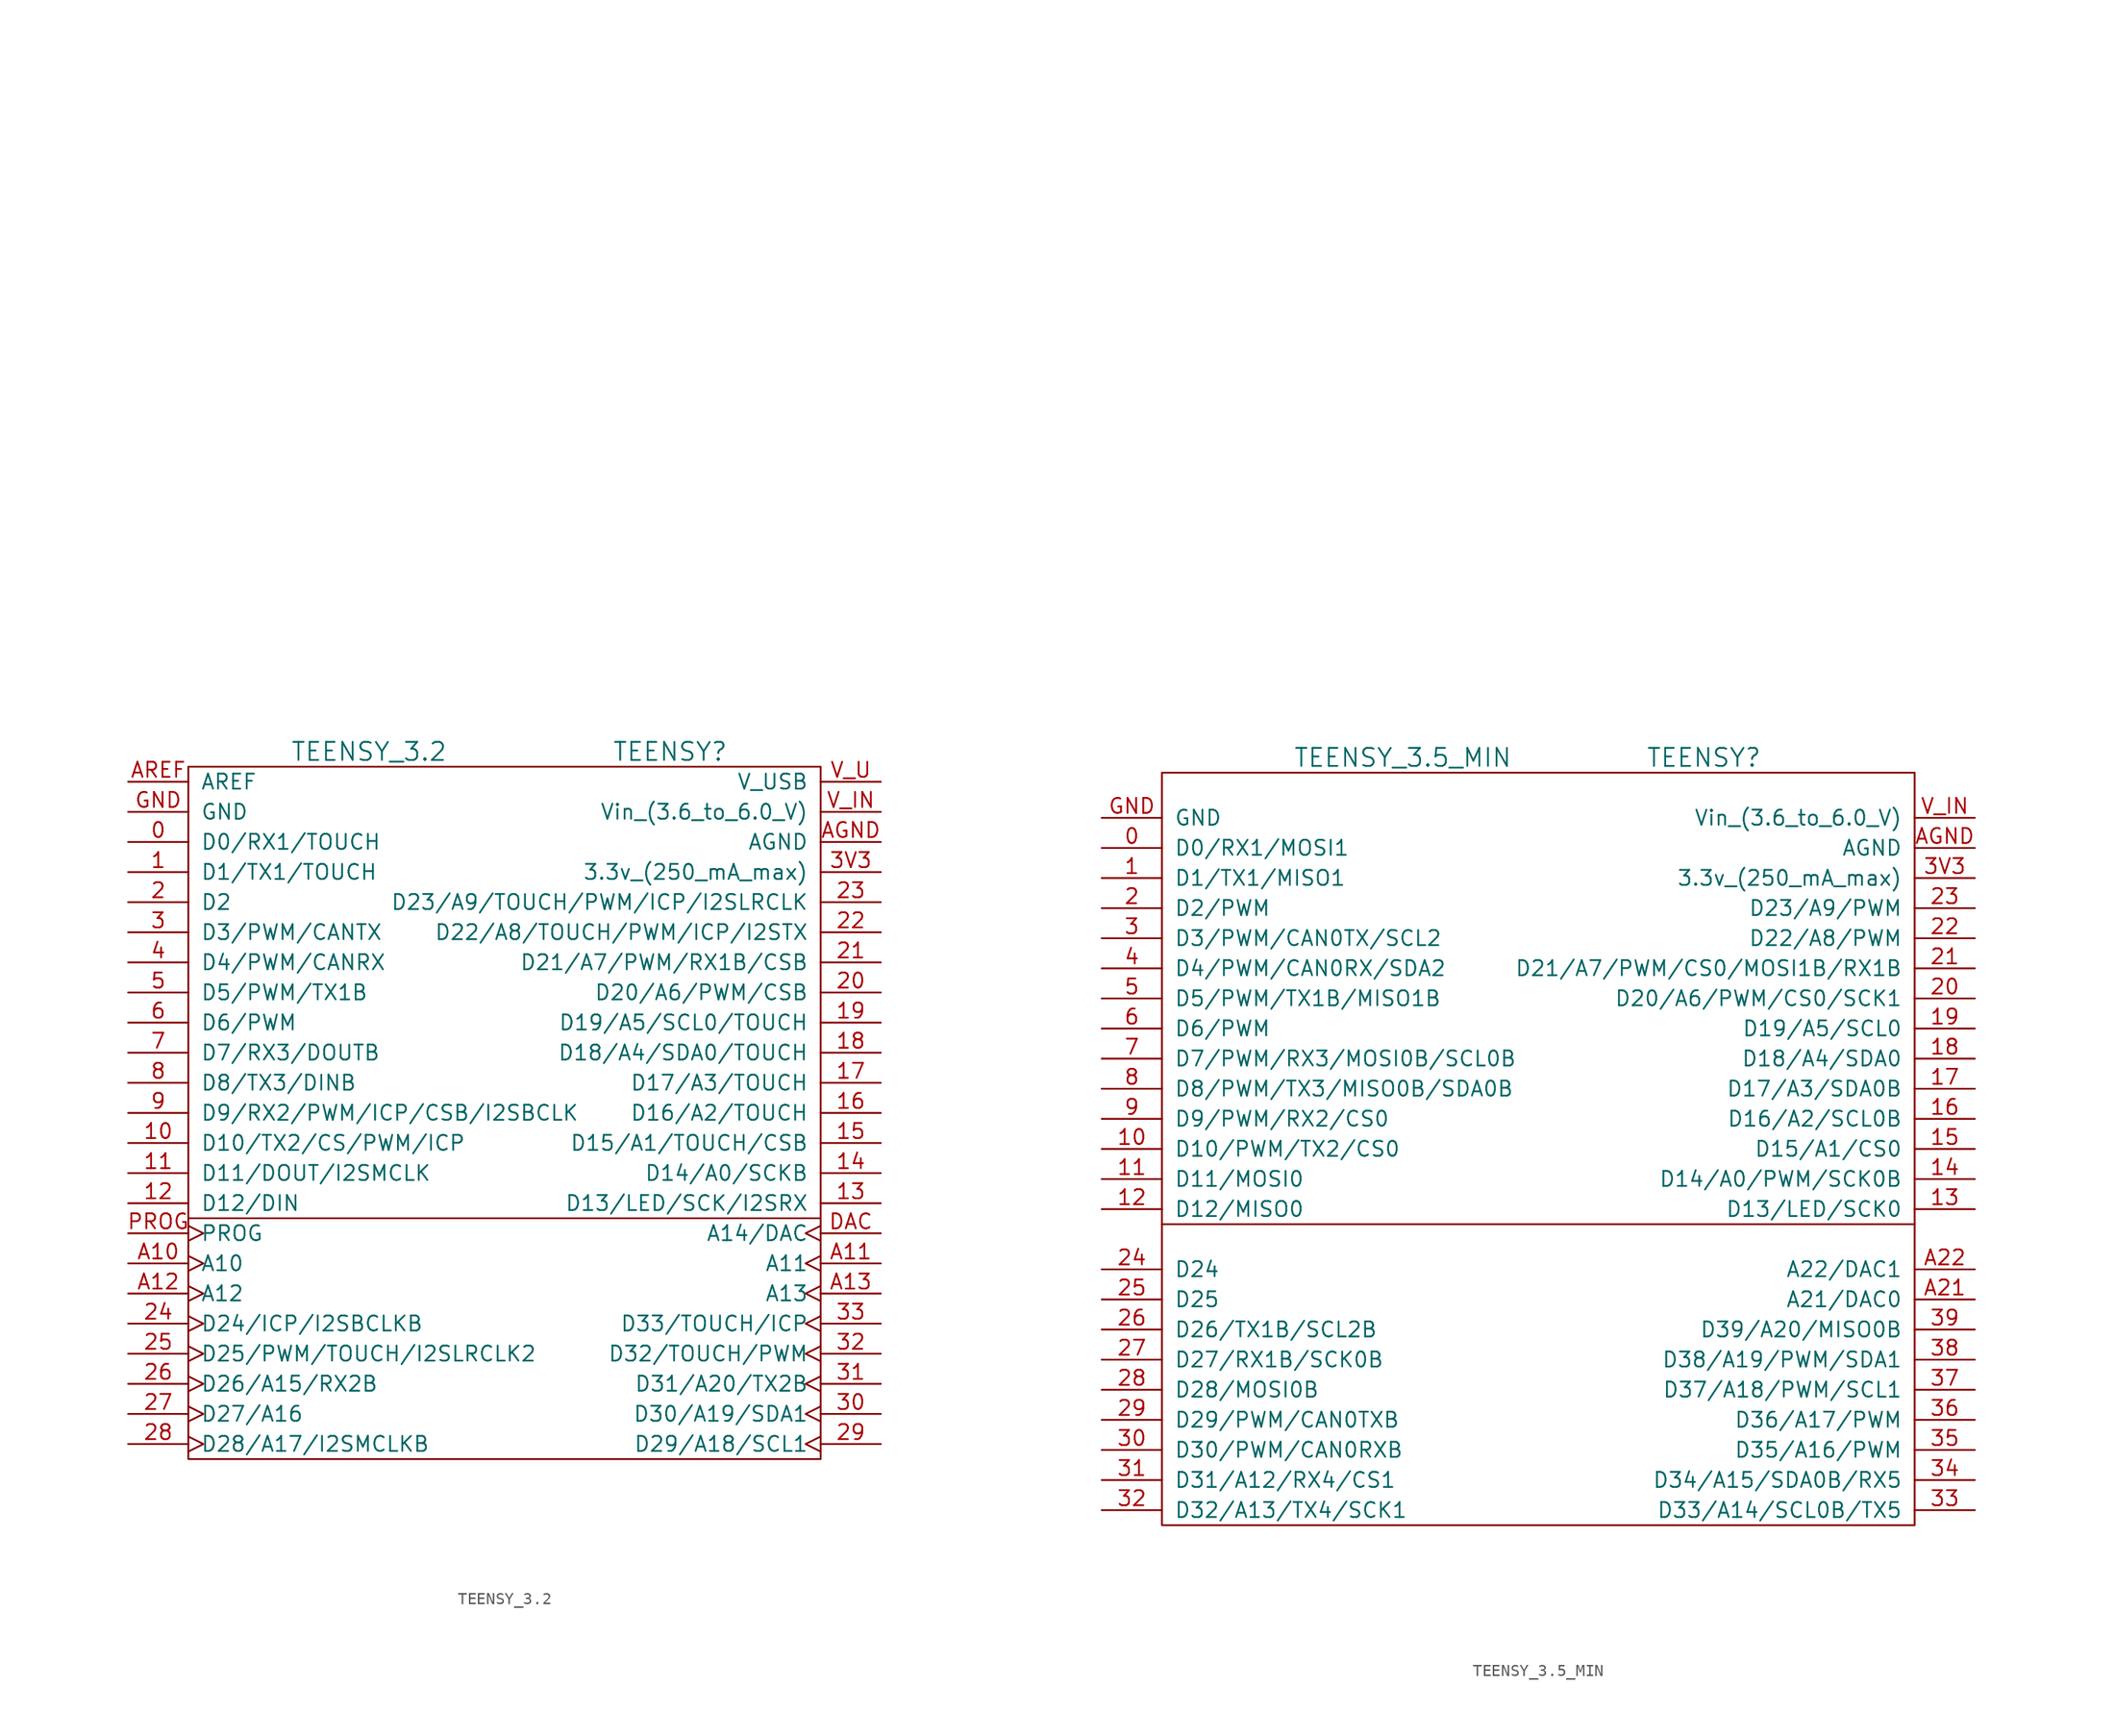
<source format=kicad_sym>
(kicad_symbol_lib
  (version 20211014)
  (generator kicad_symbol_editor)
  (symbol "TEENSY_3.2"
    (pin_names
      (offset 1.016))
    (property "Reference" "TEENSY"
      (at 13.97 21.59 0)
      (effects (font (size 1.524 1.524))))
    (property "Value" "TEENSY_3.2"
      (at -11.43 21.59 0)
      (effects (font (size 1.524 1.524))))
    (property "Datasheet" ""
      (at 1.27 69.85 0)
      (effects (font (size 1.524 1.524))))
    (symbol "TEENSY_3.2_0_1"
      (rectangle (start -26.67 20.32) (end 26.67 -38.1) (stroke (width 0) (type default) (color 0 0 0 0)) (fill (type none)))
      (polyline (pts (xy -26.67 -17.78) (xy 26.67 -17.78)) (stroke (width 0) (type default) (color 0 0 0 0)) (fill (type none))))
    (symbol "TEENSY_3.2_1_1"
      (pin bidirectional line (at -31.75 13.97 0) (length 5.08) (name "D0/RX1/TOUCH" (effects (font (size 1.27 1.27)))) (number "0" (effects (font (size 1.27 1.27)))))
      (pin bidirectional line (at -31.75 11.43 0) (length 5.08) (name "D1/TX1/TOUCH" (effects (font (size 1.27 1.27)))) (number "1" (effects (font (size 1.27 1.27)))))
      (pin bidirectional line (at -31.75 -11.43 0) (length 5.08) (name "D10/TX2/CS/PWM/ICP" (effects (font (size 1.27 1.27)))) (number "10" (effects (font (size 1.27 1.27)))))
      (pin bidirectional line (at -31.75 -13.97 0) (length 5.08) (name "D11/DOUT/I2SMCLK" (effects (font (size 1.27 1.27)))) (number "11" (effects (font (size 1.27 1.27)))))
      (pin bidirectional line (at -31.75 -16.51 0) (length 5.08) (name "D12/DIN" (effects (font (size 1.27 1.27)))) (number "12" (effects (font (size 1.27 1.27)))))
      (pin bidirectional line (at 31.75 -16.51 180) (length 5.08) (name "D13/LED/SCK/I2SRX" (effects (font (size 1.27 1.27)))) (number "13" (effects (font (size 1.27 1.27)))))
      (pin bidirectional line (at 31.75 -13.97 180) (length 5.08) (name "D14/A0/SCKB" (effects (font (size 1.27 1.27)))) (number "14" (effects (font (size 1.27 1.27)))))
      (pin bidirectional line (at 31.75 -11.43 180) (length 5.08) (name "D15/A1/TOUCH/CSB" (effects (font (size 1.27 1.27)))) (number "15" (effects (font (size 1.27 1.27)))))
      (pin bidirectional line (at 31.75 -8.89 180) (length 5.08) (name "D16/A2/TOUCH" (effects (font (size 1.27 1.27)))) (number "16" (effects (font (size 1.27 1.27)))))
      (pin bidirectional line (at 31.75 -6.35 180) (length 5.08) (name "D17/A3/TOUCH" (effects (font (size 1.27 1.27)))) (number "17" (effects (font (size 1.27 1.27)))))
      (pin bidirectional line (at 31.75 -3.81 180) (length 5.08) (name "D18/A4/SDA0/TOUCH" (effects (font (size 1.27 1.27)))) (number "18" (effects (font (size 1.27 1.27)))))
      (pin bidirectional line (at 31.75 -1.27 180) (length 5.08) (name "D19/A5/SCL0/TOUCH" (effects (font (size 1.27 1.27)))) (number "19" (effects (font (size 1.27 1.27)))))
      (pin bidirectional line (at -31.75 8.89 0) (length 5.08) (name "D2" (effects (font (size 1.27 1.27)))) (number "2" (effects (font (size 1.27 1.27)))))
      (pin bidirectional line (at 31.75 1.27 180) (length 5.08) (name "D20/A6/PWM/CSB" (effects (font (size 1.27 1.27)))) (number "20" (effects (font (size 1.27 1.27)))))
      (pin bidirectional line (at 31.75 3.81 180) (length 5.08) (name "D21/A7/PWM/RX1B/CSB" (effects (font (size 1.27 1.27)))) (number "21" (effects (font (size 1.27 1.27)))))
      (pin bidirectional line (at 31.75 6.35 180) (length 5.08) (name "D22/A8/TOUCH/PWM/ICP/I2STX" (effects (font (size 1.27 1.27)))) (number "22" (effects (font (size 1.27 1.27)))))
      (pin bidirectional line (at 31.75 8.89 180) (length 5.08) (name "D23/A9/TOUCH/PWM/ICP/I2SLRCLK" (effects (font (size 1.27 1.27)))) (number "23" (effects (font (size 1.27 1.27)))))
      (pin bidirectional clock (at -31.75 -26.67 0) (length 5.08) (name "D24/ICP/I2SBCLKB" (effects (font (size 1.27 1.27)))) (number "24" (effects (font (size 1.27 1.27)))))
      (pin bidirectional clock (at -31.75 -29.21 0) (length 5.08) (name "D25/PWM/TOUCH/I2SLRCLK2" (effects (font (size 1.27 1.27)))) (number "25" (effects (font (size 1.27 1.27)))))
      (pin bidirectional clock (at -31.75 -31.75 0) (length 5.08) (name "D26/A15/RX2B" (effects (font (size 1.27 1.27)))) (number "26" (effects (font (size 1.27 1.27)))))
      (pin bidirectional clock (at -31.75 -34.29 0) (length 5.08) (name "D27/A16" (effects (font (size 1.27 1.27)))) (number "27" (effects (font (size 1.27 1.27)))))
      (pin bidirectional clock (at -31.75 -36.83 0) (length 5.08) (name "D28/A17/I2SMCLKB" (effects (font (size 1.27 1.27)))) (number "28" (effects (font (size 1.27 1.27)))))
      (pin bidirectional clock (at 31.75 -36.83 180) (length 5.08) (name "D29/A18/SCL1" (effects (font (size 1.27 1.27)))) (number "29" (effects (font (size 1.27 1.27)))))
      (pin bidirectional line (at -31.75 6.35 0) (length 5.08) (name "D3/PWM/CANTX" (effects (font (size 1.27 1.27)))) (number "3" (effects (font (size 1.27 1.27)))))
      (pin bidirectional clock (at 31.75 -34.29 180) (length 5.08) (name "D30/A19/SDA1" (effects (font (size 1.27 1.27)))) (number "30" (effects (font (size 1.27 1.27)))))
      (pin bidirectional clock (at 31.75 -31.75 180) (length 5.08) (name "D31/A20/TX2B" (effects (font (size 1.27 1.27)))) (number "31" (effects (font (size 1.27 1.27)))))
      (pin bidirectional clock (at 31.75 -29.21 180) (length 5.08) (name "D32/TOUCH/PWM" (effects (font (size 1.27 1.27)))) (number "32" (effects (font (size 1.27 1.27)))))
      (pin bidirectional clock (at 31.75 -26.67 180) (length 5.08) (name "D33/TOUCH/ICP" (effects (font (size 1.27 1.27)))) (number "33" (effects (font (size 1.27 1.27)))))
      (pin power_out line (at 31.75 11.43 180) (length 5.08) (name "3.3v_(250_mA_max)" (effects (font (size 1.27 1.27)))) (number "3V3" (effects (font (size 1.27 1.27)))))
      (pin bidirectional line (at -31.75 3.81 0) (length 5.08) (name "D4/PWM/CANRX" (effects (font (size 1.27 1.27)))) (number "4" (effects (font (size 1.27 1.27)))))
      (pin bidirectional line (at -31.75 1.27 0) (length 5.08) (name "D5/PWM/TX1B" (effects (font (size 1.27 1.27)))) (number "5" (effects (font (size 1.27 1.27)))))
      (pin bidirectional line (at -31.75 -1.27 0) (length 5.08) (name "D6/PWM" (effects (font (size 1.27 1.27)))) (number "6" (effects (font (size 1.27 1.27)))))
      (pin bidirectional line (at -31.75 -3.81 0) (length 5.08) (name "D7/RX3/DOUTB" (effects (font (size 1.27 1.27)))) (number "7" (effects (font (size 1.27 1.27)))))
      (pin bidirectional line (at -31.75 -6.35 0) (length 5.08) (name "D8/TX3/DINB" (effects (font (size 1.27 1.27)))) (number "8" (effects (font (size 1.27 1.27)))))
      (pin bidirectional line (at -31.75 -8.89 0) (length 5.08) (name "D9/RX2/PWM/ICP/CSB/I2SBCLK" (effects (font (size 1.27 1.27)))) (number "9" (effects (font (size 1.27 1.27)))))
      (pin bidirectional clock (at -31.75 -21.59 0) (length 5.08) (name "A10" (effects (font (size 1.27 1.27)))) (number "A10" (effects (font (size 1.27 1.27)))))
      (pin bidirectional clock (at 31.75 -21.59 180) (length 5.08) (name "A11" (effects (font (size 1.27 1.27)))) (number "A11" (effects (font (size 1.27 1.27)))))
      (pin bidirectional clock (at -31.75 -24.13 0) (length 5.08) (name "A12" (effects (font (size 1.27 1.27)))) (number "A12" (effects (font (size 1.27 1.27)))))
      (pin bidirectional clock (at 31.75 -24.13 180) (length 5.08) (name "A13" (effects (font (size 1.27 1.27)))) (number "A13" (effects (font (size 1.27 1.27)))))
      (pin power_in line (at 31.75 13.97 180) (length 5.08) (name "AGND" (effects (font (size 1.27 1.27)))) (number "AGND" (effects (font (size 1.27 1.27)))))
      (pin passive line (at -31.75 19.05 0) (length 5.08) (name "AREF" (effects (font (size 1.27 1.27)))) (number "AREF" (effects (font (size 1.27 1.27)))))
      (pin output clock (at 31.75 -19.05 180) (length 5.08) (name "A14/DAC" (effects (font (size 1.27 1.27)))) (number "DAC" (effects (font (size 1.27 1.27)))))
      (pin power_in line (at -31.75 16.51 0) (length 5.08) (name "GND" (effects (font (size 1.27 1.27)))) (number "GND" (effects (font (size 1.27 1.27)))))
      (pin passive clock (at -31.75 -19.05 0) (length 5.08) (name "PROG" (effects (font (size 1.27 1.27)))) (number "PROG" (effects (font (size 1.27 1.27)))))
      (pin power_in line (at 31.75 16.51 180) (length 5.08) (name "Vin_(3.6_to_6.0_V)" (effects (font (size 1.27 1.27)))) (number "V_IN" (effects (font (size 1.27 1.27)))))
      (pin power_out line (at 31.75 19.05 180) (length 5.08) (name "V_USB" (effects (font (size 1.27 1.27)))) (number "V_U" (effects (font (size 1.27 1.27)))))))
  (symbol "TEENSY_3.5_MIN"
    (pin_names
      (offset 1.016))
    (property "Reference" "TEENSY"
      (at 13.97 21.59 0)
      (effects (font (size 1.524 1.524))))
    (property "Value" "TEENSY_3.5_MIN"
      (at -11.43 21.59 0)
      (effects (font (size 1.524 1.524))))
    (property "Datasheet" ""
      (at 1.27 69.85 0)
      (effects (font (size 1.524 1.524))))
    (symbol "TEENSY_3.5_MIN_0_1"
      (rectangle (start -31.75 20.32) (end 31.75 -43.18) (stroke (width 0) (type default) (color 0 0 0 0)) (fill (type none)))
      (polyline (pts (xy -31.75 -17.78) (xy 31.75 -17.78)) (stroke (width 0) (type default) (color 0 0 0 0)) (fill (type none))))
    (symbol "TEENSY_3.5_MIN_1_1"
      (pin bidirectional line (at -36.83 13.97 0) (length 5.08) (name "D0/RX1/MOSI1" (effects (font (size 1.27 1.27)))) (number "0" (effects (font (size 1.27 1.27)))))
      (pin bidirectional line (at -36.83 11.43 0) (length 5.08) (name "D1/TX1/MISO1" (effects (font (size 1.27 1.27)))) (number "1" (effects (font (size 1.27 1.27)))))
      (pin bidirectional line (at -36.83 -11.43 0) (length 5.08) (name "D10/PWM/TX2/CS0" (effects (font (size 1.27 1.27)))) (number "10" (effects (font (size 1.27 1.27)))))
      (pin bidirectional line (at -36.83 -13.97 0) (length 5.08) (name "D11/MOSI0" (effects (font (size 1.27 1.27)))) (number "11" (effects (font (size 1.27 1.27)))))
      (pin bidirectional line (at -36.83 -16.51 0) (length 5.08) (name "D12/MISO0" (effects (font (size 1.27 1.27)))) (number "12" (effects (font (size 1.27 1.27)))))
      (pin bidirectional line (at 36.83 -16.51 180) (length 5.08) (name "D13/LED/SCK0" (effects (font (size 1.27 1.27)))) (number "13" (effects (font (size 1.27 1.27)))))
      (pin bidirectional line (at 36.83 -13.97 180) (length 5.08) (name "D14/A0/PWM/SCK0B" (effects (font (size 1.27 1.27)))) (number "14" (effects (font (size 1.27 1.27)))))
      (pin bidirectional line (at 36.83 -11.43 180) (length 5.08) (name "D15/A1/CS0" (effects (font (size 1.27 1.27)))) (number "15" (effects (font (size 1.27 1.27)))))
      (pin bidirectional line (at 36.83 -8.89 180) (length 5.08) (name "D16/A2/SCL0B" (effects (font (size 1.27 1.27)))) (number "16" (effects (font (size 1.27 1.27)))))
      (pin bidirectional line (at 36.83 -6.35 180) (length 5.08) (name "D17/A3/SDA0B" (effects (font (size 1.27 1.27)))) (number "17" (effects (font (size 1.27 1.27)))))
      (pin bidirectional line (at 36.83 -3.81 180) (length 5.08) (name "D18/A4/SDA0" (effects (font (size 1.27 1.27)))) (number "18" (effects (font (size 1.27 1.27)))))
      (pin bidirectional line (at 36.83 -1.27 180) (length 5.08) (name "D19/A5/SCL0" (effects (font (size 1.27 1.27)))) (number "19" (effects (font (size 1.27 1.27)))))
      (pin bidirectional line (at -36.83 8.89 0) (length 5.08) (name "D2/PWM" (effects (font (size 1.27 1.27)))) (number "2" (effects (font (size 1.27 1.27)))))
      (pin bidirectional line (at 36.83 1.27 180) (length 5.08) (name "D20/A6/PWM/CS0/SCK1" (effects (font (size 1.27 1.27)))) (number "20" (effects (font (size 1.27 1.27)))))
      (pin bidirectional line (at 36.83 3.81 180) (length 5.08) (name "D21/A7/PWM/CS0/MOSI1B/RX1B" (effects (font (size 1.27 1.27)))) (number "21" (effects (font (size 1.27 1.27)))))
      (pin bidirectional line (at 36.83 6.35 180) (length 5.08) (name "D22/A8/PWM" (effects (font (size 1.27 1.27)))) (number "22" (effects (font (size 1.27 1.27)))))
      (pin bidirectional line (at 36.83 8.89 180) (length 5.08) (name "D23/A9/PWM" (effects (font (size 1.27 1.27)))) (number "23" (effects (font (size 1.27 1.27)))))
      (pin bidirectional line (at -36.83 -21.59 0) (length 5.08) (name "D24" (effects (font (size 1.27 1.27)))) (number "24" (effects (font (size 1.27 1.27)))))
      (pin bidirectional line (at -36.83 -24.13 0) (length 5.08) (name "D25" (effects (font (size 1.27 1.27)))) (number "25" (effects (font (size 1.27 1.27)))))
      (pin bidirectional line (at -36.83 -26.67 0) (length 5.08) (name "D26/TX1B/SCL2B" (effects (font (size 1.27 1.27)))) (number "26" (effects (font (size 1.27 1.27)))))
      (pin bidirectional line (at -36.83 -29.21 0) (length 5.08) (name "D27/RX1B/SCK0B" (effects (font (size 1.27 1.27)))) (number "27" (effects (font (size 1.27 1.27)))))
      (pin bidirectional line (at -36.83 -31.75 0) (length 5.08) (name "D28/MOSI0B" (effects (font (size 1.27 1.27)))) (number "28" (effects (font (size 1.27 1.27)))))
      (pin bidirectional line (at -36.83 -34.29 0) (length 5.08) (name "D29/PWM/CAN0TXB" (effects (font (size 1.27 1.27)))) (number "29" (effects (font (size 1.27 1.27)))))
      (pin bidirectional line (at -36.83 6.35 0) (length 5.08) (name "D3/PWM/CAN0TX/SCL2" (effects (font (size 1.27 1.27)))) (number "3" (effects (font (size 1.27 1.27)))))
      (pin bidirectional line (at -36.83 -36.83 0) (length 5.08) (name "D30/PWM/CAN0RXB" (effects (font (size 1.27 1.27)))) (number "30" (effects (font (size 1.27 1.27)))))
      (pin bidirectional line (at -36.83 -39.37 0) (length 5.08) (name "D31/A12/RX4/CS1" (effects (font (size 1.27 1.27)))) (number "31" (effects (font (size 1.27 1.27)))))
      (pin bidirectional line (at -36.83 -41.91 0) (length 5.08) (name "D32/A13/TX4/SCK1" (effects (font (size 1.27 1.27)))) (number "32" (effects (font (size 1.27 1.27)))))
      (pin bidirectional line (at 36.83 -41.91 180) (length 5.08) (name "D33/A14/SCL0B/TX5" (effects (font (size 1.27 1.27)))) (number "33" (effects (font (size 1.27 1.27)))))
      (pin bidirectional line (at 36.83 -39.37 180) (length 5.08) (name "D34/A15/SDA0B/RX5" (effects (font (size 1.27 1.27)))) (number "34" (effects (font (size 1.27 1.27)))))
      (pin bidirectional line (at 36.83 -36.83 180) (length 5.08) (name "D35/A16/PWM" (effects (font (size 1.27 1.27)))) (number "35" (effects (font (size 1.27 1.27)))))
      (pin bidirectional line (at 36.83 -34.29 180) (length 5.08) (name "D36/A17/PWM" (effects (font (size 1.27 1.27)))) (number "36" (effects (font (size 1.27 1.27)))))
      (pin bidirectional line (at 36.83 -31.75 180) (length 5.08) (name "D37/A18/PWM/SCL1" (effects (font (size 1.27 1.27)))) (number "37" (effects (font (size 1.27 1.27)))))
      (pin bidirectional line (at 36.83 -29.21 180) (length 5.08) (name "D38/A19/PWM/SDA1" (effects (font (size 1.27 1.27)))) (number "38" (effects (font (size 1.27 1.27)))))
      (pin bidirectional line (at 36.83 -26.67 180) (length 5.08) (name "D39/A20/MISO0B" (effects (font (size 1.27 1.27)))) (number "39" (effects (font (size 1.27 1.27)))))
      (pin power_out line (at 36.83 11.43 180) (length 5.08) (name "3.3v_(250_mA_max)" (effects (font (size 1.27 1.27)))) (number "3V3" (effects (font (size 1.27 1.27)))))
      (pin bidirectional line (at -36.83 3.81 0) (length 5.08) (name "D4/PWM/CAN0RX/SDA2" (effects (font (size 1.27 1.27)))) (number "4" (effects (font (size 1.27 1.27)))))
      (pin bidirectional line (at -36.83 1.27 0) (length 5.08) (name "D5/PWM/TX1B/MISO1B" (effects (font (size 1.27 1.27)))) (number "5" (effects (font (size 1.27 1.27)))))
      (pin bidirectional line (at -36.83 -1.27 0) (length 5.08) (name "D6/PWM" (effects (font (size 1.27 1.27)))) (number "6" (effects (font (size 1.27 1.27)))))
      (pin bidirectional line (at -36.83 -3.81 0) (length 5.08) (name "D7/PWM/RX3/MOSI0B/SCL0B" (effects (font (size 1.27 1.27)))) (number "7" (effects (font (size 1.27 1.27)))))
      (pin bidirectional line (at -36.83 -6.35 0) (length 5.08) (name "D8/PWM/TX3/MISO0B/SDA0B" (effects (font (size 1.27 1.27)))) (number "8" (effects (font (size 1.27 1.27)))))
      (pin bidirectional line (at -36.83 -8.89 0) (length 5.08) (name "D9/PWM/RX2/CS0" (effects (font (size 1.27 1.27)))) (number "9" (effects (font (size 1.27 1.27)))))
      (pin bidirectional line (at 36.83 -24.13 180) (length 5.08) (name "A21/DAC0" (effects (font (size 1.27 1.27)))) (number "A21" (effects (font (size 1.27 1.27)))))
      (pin bidirectional line (at 36.83 -21.59 180) (length 5.08) (name "A22/DAC1" (effects (font (size 1.27 1.27)))) (number "A22" (effects (font (size 1.27 1.27)))))
      (pin power_in line (at 36.83 13.97 180) (length 5.08) (name "AGND" (effects (font (size 1.27 1.27)))) (number "AGND" (effects (font (size 1.27 1.27)))))
      (pin power_in line (at -36.83 16.51 0) (length 5.08) (name "GND" (effects (font (size 1.27 1.27)))) (number "GND" (effects (font (size 1.27 1.27)))))
      (pin power_in line (at 36.83 16.51 180) (length 5.08) (name "Vin_(3.6_to_6.0_V)" (effects (font (size 1.27 1.27)))) (number "V_IN" (effects (font (size 1.27 1.27))))))))
</source>
